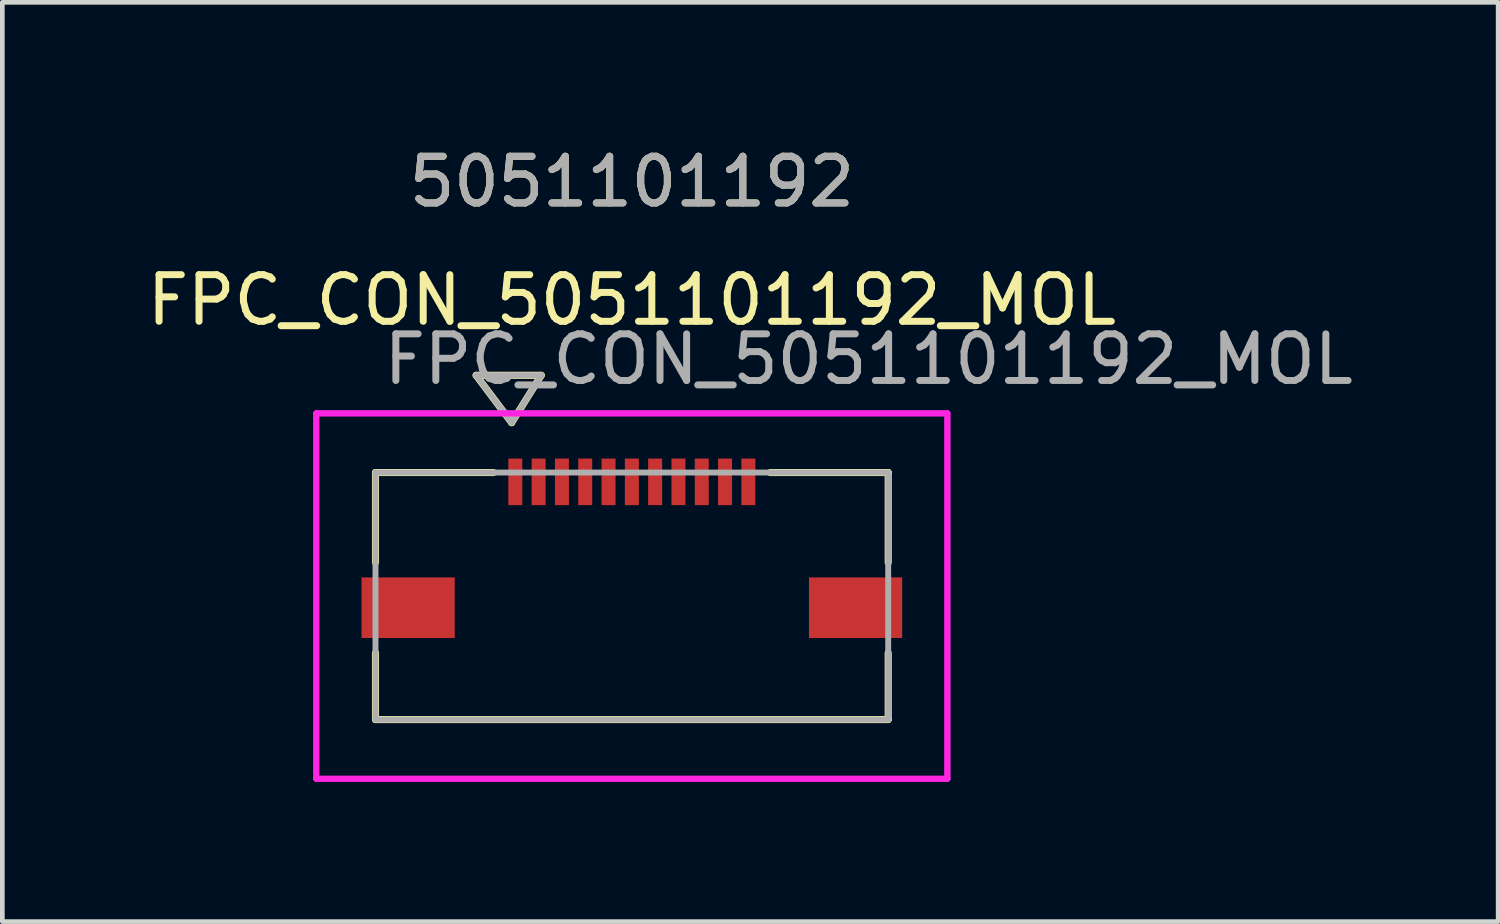
<source format=kicad_pcb>
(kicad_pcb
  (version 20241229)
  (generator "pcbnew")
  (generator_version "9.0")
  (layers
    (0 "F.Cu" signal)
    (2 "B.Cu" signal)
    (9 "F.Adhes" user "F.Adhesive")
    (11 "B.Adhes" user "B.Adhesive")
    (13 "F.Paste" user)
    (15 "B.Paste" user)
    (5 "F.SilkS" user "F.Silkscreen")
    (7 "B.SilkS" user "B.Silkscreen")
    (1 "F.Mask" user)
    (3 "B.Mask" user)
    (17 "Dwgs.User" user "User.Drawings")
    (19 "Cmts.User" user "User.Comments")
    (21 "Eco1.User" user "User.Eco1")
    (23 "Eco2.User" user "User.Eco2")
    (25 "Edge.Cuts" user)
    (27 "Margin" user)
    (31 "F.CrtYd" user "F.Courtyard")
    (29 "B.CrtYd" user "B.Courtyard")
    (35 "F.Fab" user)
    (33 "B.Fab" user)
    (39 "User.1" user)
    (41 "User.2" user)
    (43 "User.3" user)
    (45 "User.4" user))
  (footprint "FPC_CON_5051101192_MOL"
    (layer "F.Cu")
    (at 10.506 9.738)
    (property "Reference" "FPC_CON_5051101192_MOL" (at 0 -6.35 0) (unlocked yes) (layer "F.SilkS") (effects (font (size 1 1) (thickness 0.15))))
    (attr smd)
    (fp_line (start -5.5 -2.65) (end -5.5 -0.72) (stroke (width 0.152) (type solid)) (layer "F.SilkS"))
    (fp_line (start -5.5 1.22) (end -5.5 2.65) (stroke (width 0.152) (type solid)) (layer "F.SilkS"))
    (fp_line (start -5.5 2.65) (end 5.5 2.65) (stroke (width 0.152) (type solid)) (layer "F.SilkS"))
    (fp_line (start -3.341 -4.736) (end -2.579 -3.72) (stroke (width 0.152) (type solid)) (layer "F.SilkS"))
    (fp_line (start -3.341 -4.736) (end -1.944 -4.736) (stroke (width 0.152) (type solid)) (layer "F.SilkS"))
    (fp_line (start -2.97 -2.65) (end -5.5 -2.65) (stroke (width 0.152) (type solid)) (layer "F.SilkS"))
    (fp_line (start -1.944 -4.736) (end -2.579 -3.72) (stroke (width 0.152) (type solid)) (layer "F.SilkS"))
    (fp_line (start 5.5 -2.65) (end 2.97 -2.65) (stroke (width 0.152) (type solid)) (layer "F.SilkS"))
    (fp_line (start 5.5 -0.72) (end 5.5 -2.65) (stroke (width 0.152) (type solid)) (layer "F.SilkS"))
    (fp_line (start 5.5 2.65) (end 5.5 1.22) (stroke (width 0.152) (type solid)) (layer "F.SilkS"))
    (fp_line (start -6.77 -3.92) (end -6.77 3.92) (stroke (width 0.127) (type solid)) (layer "F.CrtYd"))
    (fp_line (start -6.77 -3.92) (end -6.77 3.92) (stroke (width 0.127) (type solid)) (layer "F.CrtYd"))
    (fp_line (start -6.77 3.92) (end 6.77 3.92) (stroke (width 0.127) (type solid)) (layer "F.CrtYd"))
    (fp_line (start -6.77 3.92) (end 6.77 3.92) (stroke (width 0.127) (type solid)) (layer "F.CrtYd"))
    (fp_line (start 6.77 -3.92) (end -6.77 -3.92) (stroke (width 0.127) (type solid)) (layer "F.CrtYd"))
    (fp_line (start 6.77 -3.92) (end -6.77 -3.92) (stroke (width 0.127) (type solid)) (layer "F.CrtYd"))
    (fp_line (start 6.77 3.92) (end 6.77 -3.92) (stroke (width 0.127) (type solid)) (layer "F.CrtYd"))
    (fp_line (start 6.77 3.92) (end 6.77 -3.92) (stroke (width 0.127) (type solid)) (layer "F.CrtYd"))
    (fp_line (start -5.5 -2.65) (end -5.5 2.65) (stroke (width 0.127) (type solid)) (layer "F.Fab"))
    (fp_line (start -5.5 2.65) (end 5.5 2.65) (stroke (width 0.127) (type solid)) (layer "F.Fab"))
    (fp_line (start -3.341 -4.736) (end -2.579 -3.72) (stroke (width 0.127) (type solid)) (layer "F.Fab"))
    (fp_line (start -3.341 -4.736) (end -1.944 -4.736) (stroke (width 0.127) (type solid)) (layer "F.Fab"))
    (fp_line (start -1.944 -4.736) (end -2.579 -3.72) (stroke (width 0.127) (type solid)) (layer "F.Fab"))
    (fp_line (start 5.5 -2.65) (end -5.5 -2.65) (stroke (width 0.127) (type solid)) (layer "F.Fab"))
    (fp_line (start 5.5 2.65) (end 5.5 -2.65) (stroke (width 0.127) (type solid)) (layer "F.Fab"))
    (fp_text user "5051101192" (at 0 -8.89 0) (unlocked yes) (layer "F.SilkS") (effects (font (size 1 1) (thickness 0.15))))
    (fp_text user "${REFERENCE}" (at 5.08 -5.08 0) (unlocked yes) (layer "F.Fab") (effects (font (size 1 1) (thickness 0.15))))
    (fp_text user "5051101192" (at 0 -8.89 0) (unlocked yes) (layer "F.Fab") (effects (font (size 1 1) (thickness 0.15))))
    (pad "1" smd rect (at -2.5 -2.45) (size 0.3 1) (layers "F.Cu" "F.Mask" "F.Paste"))
    (pad "2" smd rect (at -2 -2.45) (size 0.3 1) (layers "F.Cu" "F.Mask" "F.Paste"))
    (pad "3" smd rect (at -1.5 -2.45) (size 0.3 1) (layers "F.Cu" "F.Mask" "F.Paste"))
    (pad "4" smd rect (at -1 -2.45) (size 0.3 1) (layers "F.Cu" "F.Mask" "F.Paste"))
    (pad "5" smd rect (at -0.5 -2.45) (size 0.3 1) (layers "F.Cu" "F.Mask" "F.Paste"))
    (pad "6" smd rect (at 0 -2.45) (size 0.3 1) (layers "F.Cu" "F.Mask" "F.Paste"))
    (pad "7" smd rect (at 0.5 -2.45) (size 0.3 1) (layers "F.Cu" "F.Mask" "F.Paste"))
    (pad "8" smd rect (at 1 -2.45) (size 0.3 1) (layers "F.Cu" "F.Mask" "F.Paste"))
    (pad "9" smd rect (at 1.5 -2.45) (size 0.3 1) (layers "F.Cu" "F.Mask" "F.Paste"))
    (pad "10" smd rect (at 2 -2.45) (size 0.3 1) (layers "F.Cu" "F.Mask" "F.Paste"))
    (pad "11" smd rect (at 2.5 -2.45) (size 0.3 1) (layers "F.Cu" "F.Mask" "F.Paste"))
    (pad "P1" smd rect (at -4.8 0.25) (size 2 1.3) (layers "F.Cu" "F.Mask" "F.Paste"))
    (pad "P2" smd rect (at 4.8 0.25) (size 2 1.3) (layers "F.Cu" "F.Mask" "F.Paste")))
  (gr_rect
    (start -3 -3)
    (end 29.092 16.722)
    (stroke (width 0.1) (type default))
    (fill no)
    (layer "Edge.Cuts")))
</source>
